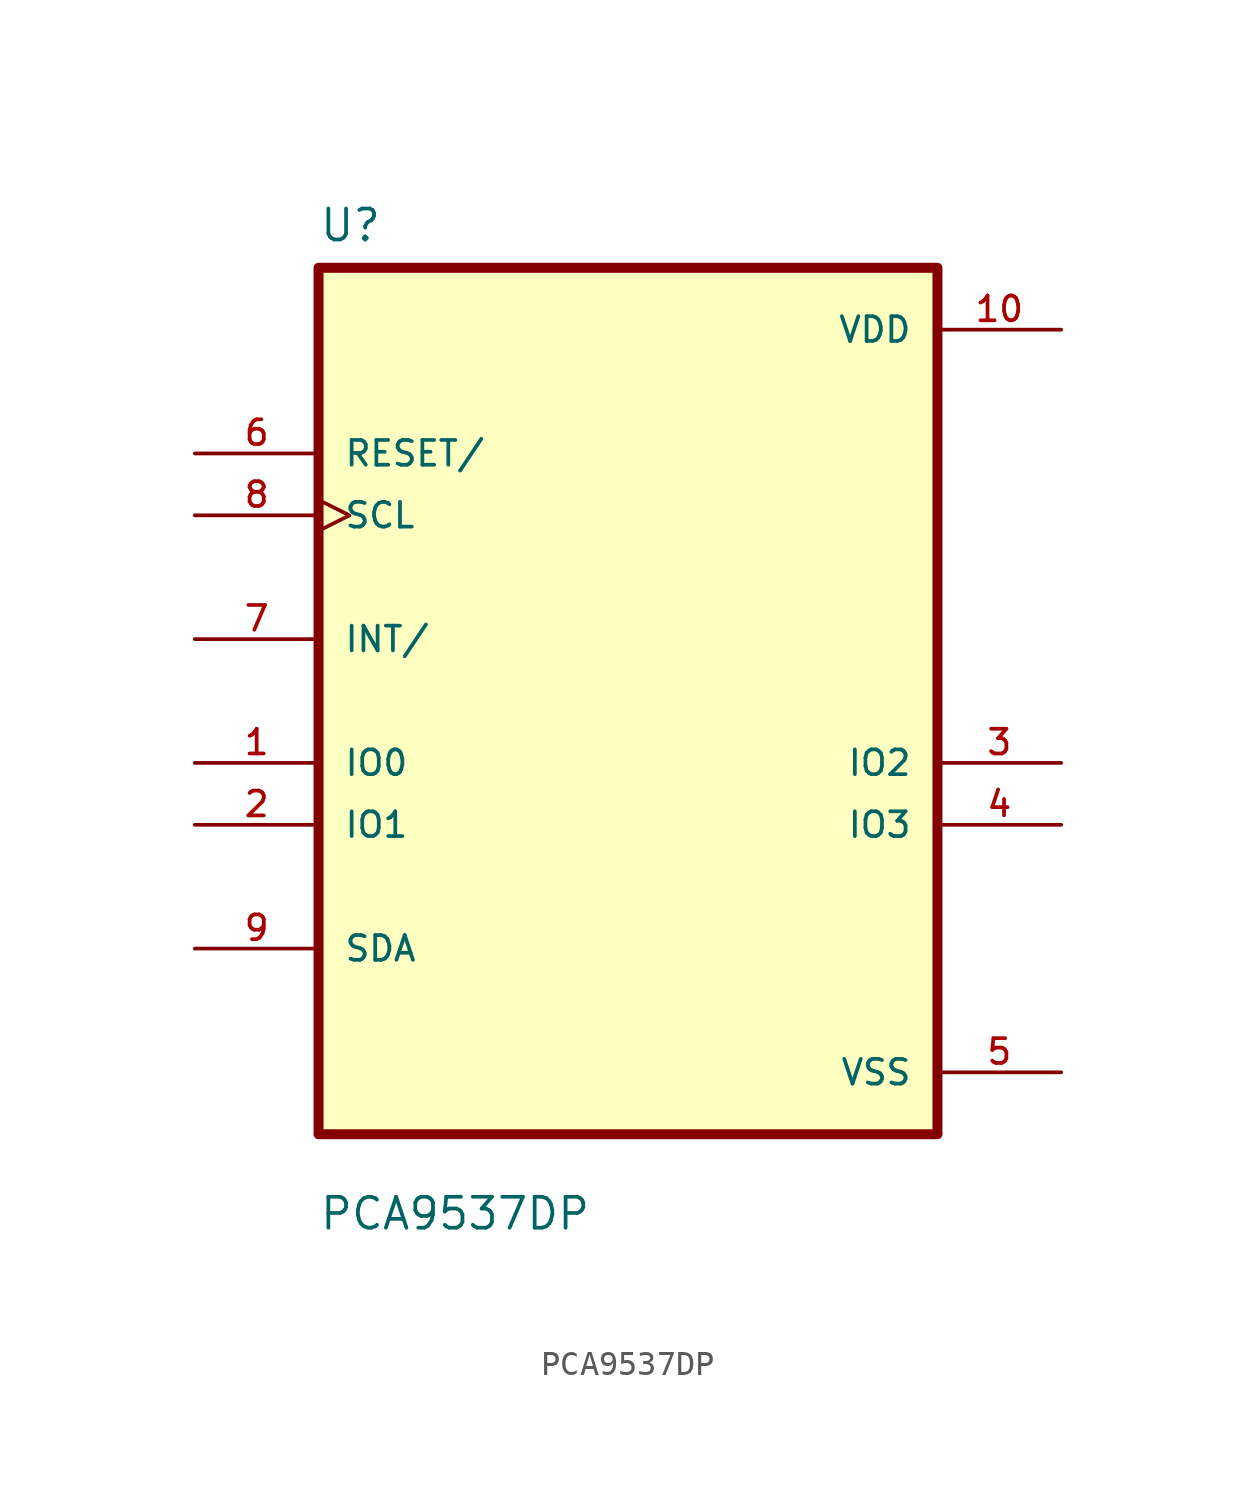
<source format=kicad_sym>
(kicad_symbol_lib
  (version 20211014)
  (generator kicad_symbol_editor)
  (symbol "PCA9537DP"
    (pin_names
      (offset 1.016))
    (property "Reference" "U"
      (at -12.7 18.78 0.0)
      (effects (font (size 1.27 1.27)) (justify bottom left)))
    (property "Value" "PCA9537DP"
      (at -12.7 -21.78 0.0)
      (effects (font (size 1.27 1.27)) (justify bottom left)))
    (symbol "PCA9537DP_0_0"
      (rectangle (start -12.7 -17.78) (end 12.7 17.78) (stroke (width 0.41)) (fill (type background)))
      (pin input line (at -17.78 10.16 0) (length 5.08) (name "RESET/" (effects (font (size 1.016 1.016)))) (number "6" (effects (font (size 1.016 1.016)))))
      (pin input clock (at -17.78 7.62 0) (length 5.08) (name "SCL" (effects (font (size 1.016 1.016)))) (number "8" (effects (font (size 1.016 1.016)))))
      (pin bidirectional line (at -17.78 2.54 0) (length 5.08) (name "INT/" (effects (font (size 1.016 1.016)))) (number "7" (effects (font (size 1.016 1.016)))))
      (pin bidirectional line (at -17.78 -2.54 0) (length 5.08) (name "IO0" (effects (font (size 1.016 1.016)))) (number "1" (effects (font (size 1.016 1.016)))))
      (pin bidirectional line (at -17.78 -5.08 0) (length 5.08) (name "IO1" (effects (font (size 1.016 1.016)))) (number "2" (effects (font (size 1.016 1.016)))))
      (pin bidirectional line (at -17.78 -10.16 0) (length 5.08) (name "SDA" (effects (font (size 1.016 1.016)))) (number "9" (effects (font (size 1.016 1.016)))))
      (pin power_in line (at 17.78 15.24 180.0) (length 5.08) (name "VDD" (effects (font (size 1.016 1.016)))) (number "10" (effects (font (size 1.016 1.016)))))
      (pin bidirectional line (at 17.78 -2.54 180.0) (length 5.08) (name "IO2" (effects (font (size 1.016 1.016)))) (number "3" (effects (font (size 1.016 1.016)))))
      (pin bidirectional line (at 17.78 -5.08 180.0) (length 5.08) (name "IO3" (effects (font (size 1.016 1.016)))) (number "4" (effects (font (size 1.016 1.016)))))
      (pin power_in line (at 17.78 -15.24 180.0) (length 5.08) (name "VSS" (effects (font (size 1.016 1.016)))) (number "5" (effects (font (size 1.016 1.016))))))))
</source>
